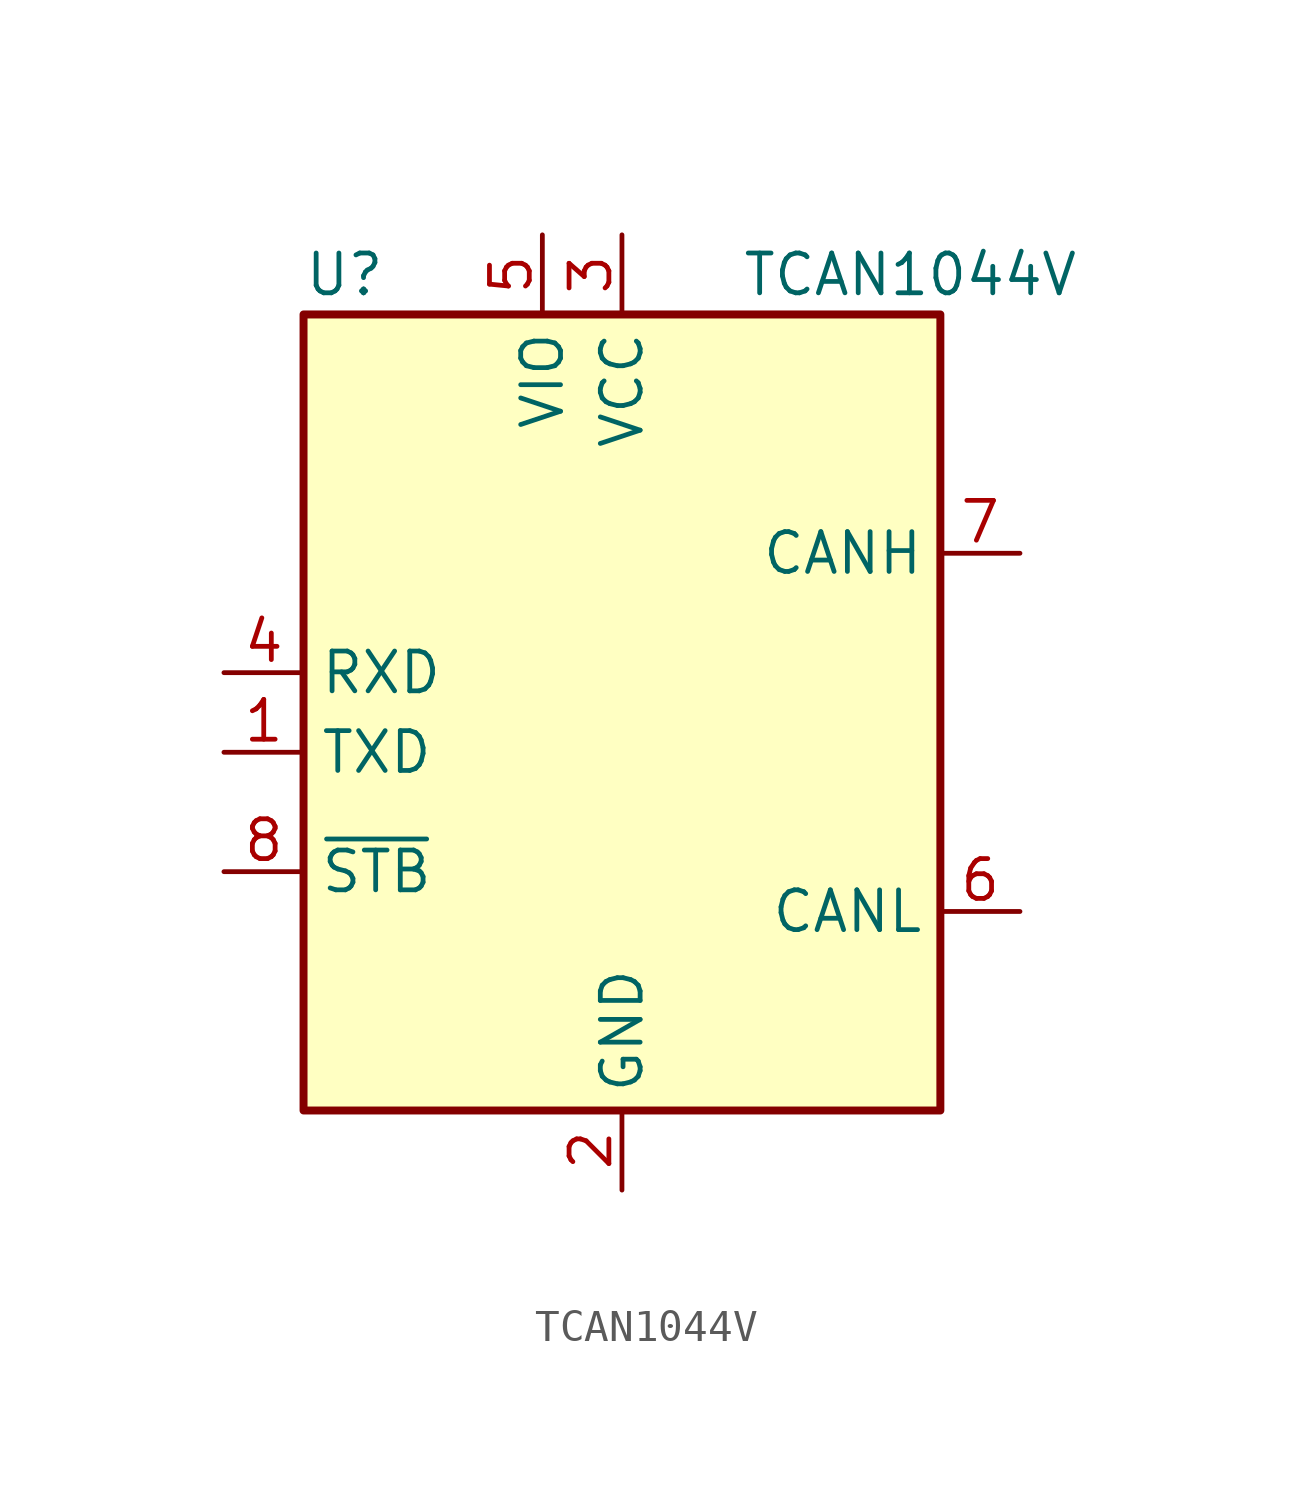
<source format=kicad_sym>
(kicad_symbol_lib
  (version 20220914)
  (generator kicad_symbol_editor)
  (symbol "TCAN1044V"
    (property "Reference" "U"
      (at -10.16 13.97 0)
      (effects (font (size 1.27 1.27)) (justify left)))
    (property "Value" "TCAN1044V"
      (at 3.81 13.97 0)
      (effects (font (size 1.27 1.27)) (justify left)))
    (symbol "TCAN1044V_0_1"
      (rectangle (start -10.16 12.7) (end 10.16 -12.7) (stroke (width 0.254) (type default)) (fill (type background))))
    (symbol "TCAN1044V_1_1"
      (pin input line (at -12.7 -1.27 0) (length 2.54) (name "TXD" (effects (font (size 1.27 1.27)))) (number "1" (effects (font (size 1.27 1.27)))))
      (pin power_in line (at 0 -15.24 90) (length 2.54) (name "GND" (effects (font (size 1.27 1.27)))) (number "2" (effects (font (size 1.27 1.27)))))
      (pin power_in line (at 0 15.24 270) (length 2.54) (name "VCC" (effects (font (size 1.27 1.27)))) (number "3" (effects (font (size 1.27 1.27)))))
      (pin output line (at -12.7 1.27 0) (length 2.54) (name "RXD" (effects (font (size 1.27 1.27)))) (number "4" (effects (font (size 1.27 1.27)))))
      (pin power_in line (at -2.54 15.24 270) (length 2.54) (name "VIO" (effects (font (size 1.27 1.27)))) (number "5" (effects (font (size 1.27 1.27)))))
      (pin bidirectional line (at 12.7 -6.35 180) (length 2.54) (name "CANL" (effects (font (size 1.27 1.27)))) (number "6" (effects (font (size 1.27 1.27)))))
      (pin bidirectional line (at 12.7 5.08 180) (length 2.54) (name "CANH" (effects (font (size 1.27 1.27)))) (number "7" (effects (font (size 1.27 1.27)))))
      (pin input line (at -12.7 -5.08 0) (length 2.54) (name "~{STB}" (effects (font (size 1.27 1.27)))) (number "8" (effects (font (size 1.27 1.27))))))))
</source>
